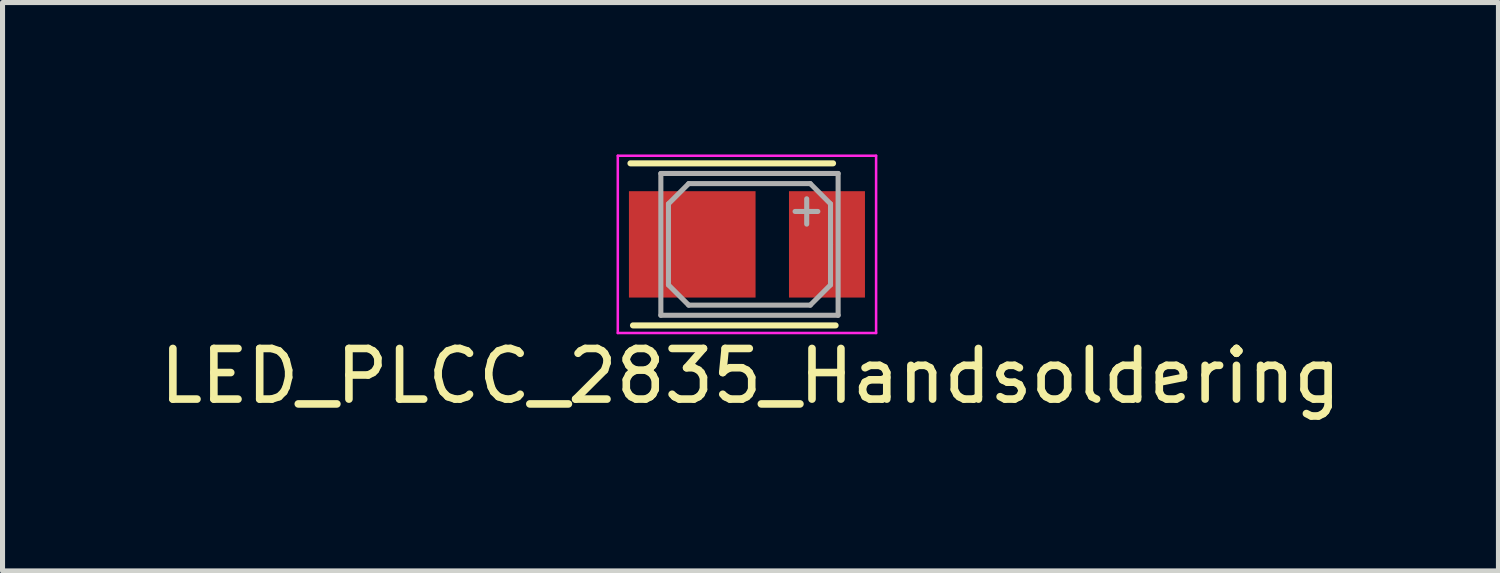
<source format=kicad_pcb>
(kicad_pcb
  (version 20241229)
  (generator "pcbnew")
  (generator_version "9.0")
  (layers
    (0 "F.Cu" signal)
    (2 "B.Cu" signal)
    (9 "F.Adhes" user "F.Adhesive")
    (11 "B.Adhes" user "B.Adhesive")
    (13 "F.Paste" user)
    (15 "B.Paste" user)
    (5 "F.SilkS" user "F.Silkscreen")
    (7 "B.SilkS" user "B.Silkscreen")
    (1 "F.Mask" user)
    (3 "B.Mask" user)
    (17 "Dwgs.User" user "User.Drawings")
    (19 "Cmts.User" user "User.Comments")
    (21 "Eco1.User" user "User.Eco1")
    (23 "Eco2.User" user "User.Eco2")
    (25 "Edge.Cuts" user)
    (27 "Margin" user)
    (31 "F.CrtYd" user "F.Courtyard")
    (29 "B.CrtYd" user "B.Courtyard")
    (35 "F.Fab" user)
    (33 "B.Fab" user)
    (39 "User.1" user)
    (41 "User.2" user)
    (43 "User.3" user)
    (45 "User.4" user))
  (footprint "LED_PLCC_2835_Handsoldering"
    (layer "F.Cu")
    (at 11.948 1.775)
    (property "Reference" "LED_PLCC_2835_Handsoldering" (at -0.18 2.6 0) (layer "F.SilkS") (effects (font (size 1 1) (thickness 0.15))))
    (attr smd)
    (fp_line (start 1.45 -1.6) (end -2.55 -1.6) (stroke (width 0.12) (type solid)) (layer "F.SilkS"))
    (fp_line (start 1.5 1.6) (end -2.5 1.6) (stroke (width 0.12) (type solid)) (layer "F.SilkS"))
    (fp_line (start -2.8 -1.75) (end 2.3 -1.75) (stroke (width 0.05) (type solid)) (layer "F.CrtYd"))
    (fp_line (start -2.8 1.75) (end -2.8 -1.75) (stroke (width 0.05) (type solid)) (layer "F.CrtYd"))
    (fp_line (start 2.3 -1.75) (end 2.3 1.75) (stroke (width 0.05) (type solid)) (layer "F.CrtYd"))
    (fp_line (start 2.3 1.75) (end -2.8 1.75) (stroke (width 0.05) (type solid)) (layer "F.CrtYd"))
    (fp_line (start -1.95 -1.4) (end 1.55 -1.4) (stroke (width 0.1) (type solid)) (layer "F.Fab"))
    (fp_line (start -1.95 1.4) (end -1.95 -1.4) (stroke (width 0.1) (type solid)) (layer "F.Fab"))
    (fp_line (start -1.8 -0.8) (end -1.4 -1.2) (stroke (width 0.1) (type solid)) (layer "F.Fab"))
    (fp_line (start -1.8 0.8) (end -1.8 -0.8) (stroke (width 0.1) (type solid)) (layer "F.Fab"))
    (fp_line (start -1.4 -1.2) (end 1 -1.2) (stroke (width 0.1) (type solid)) (layer "F.Fab"))
    (fp_line (start -1.4 1.2) (end -1.8 0.8) (stroke (width 0.1) (type solid)) (layer "F.Fab"))
    (fp_line (start 0.93 -0.4) (end 0.93 -0.9) (stroke (width 0.1) (type solid)) (layer "F.Fab"))
    (fp_line (start 1 -1.2) (end 1.4 -0.8) (stroke (width 0.1) (type solid)) (layer "F.Fab"))
    (fp_line (start 1 1.2) (end -1.4 1.2) (stroke (width 0.1) (type solid)) (layer "F.Fab"))
    (fp_line (start 1.15 -0.65) (end 0.7 -0.65) (stroke (width 0.1) (type solid)) (layer "F.Fab"))
    (fp_line (start 1.4 -0.8) (end 1.4 0) (stroke (width 0.1) (type solid)) (layer "F.Fab"))
    (fp_line (start 1.4 0) (end 1.4 0.8) (stroke (width 0.1) (type solid)) (layer "F.Fab"))
    (fp_line (start 1.4 0.8) (end 1 1.2) (stroke (width 0.1) (type solid)) (layer "F.Fab"))
    (fp_line (start 1.55 -1.4) (end 1.55 1.4) (stroke (width 0.1) (type solid)) (layer "F.Fab"))
    (fp_line (start 1.55 1.4) (end -1.95 1.4) (stroke (width 0.1) (type solid)) (layer "F.Fab"))
    (pad "1" smd rect (at -1.33 0 180) (size 2.5 2.1) (layers "F.Cu" "F.Mask" "F.Paste"))
    (pad "2" smd rect (at 1.33 0 180) (size 1.5 2.1) (layers "F.Cu" "F.Mask" "F.Paste")))
  (gr_rect
    (start -3 -3)
    (end 26.536 8.223)
    (stroke (width 0.1) (type default))
    (fill no)
    (layer "Edge.Cuts")))
</source>
